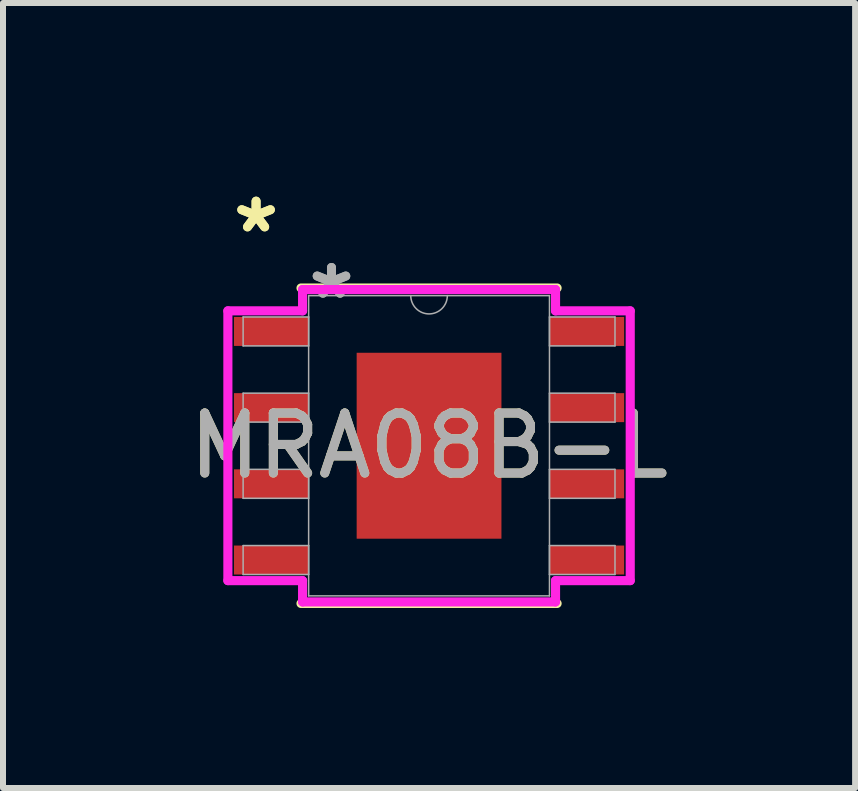
<source format=kicad_pcb>
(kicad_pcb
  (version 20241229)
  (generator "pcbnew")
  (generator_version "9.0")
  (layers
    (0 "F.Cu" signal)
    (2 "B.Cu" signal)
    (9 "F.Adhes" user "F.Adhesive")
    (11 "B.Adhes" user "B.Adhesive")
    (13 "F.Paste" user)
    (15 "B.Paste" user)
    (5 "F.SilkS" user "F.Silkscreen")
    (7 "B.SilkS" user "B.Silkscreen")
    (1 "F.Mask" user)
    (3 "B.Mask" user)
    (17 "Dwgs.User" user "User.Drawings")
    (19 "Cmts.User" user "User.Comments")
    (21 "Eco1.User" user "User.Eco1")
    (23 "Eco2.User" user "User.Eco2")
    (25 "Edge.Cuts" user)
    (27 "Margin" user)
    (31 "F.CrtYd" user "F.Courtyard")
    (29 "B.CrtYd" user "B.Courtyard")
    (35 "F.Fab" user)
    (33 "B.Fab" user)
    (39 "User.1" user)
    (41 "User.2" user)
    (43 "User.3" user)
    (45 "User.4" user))
  (footprint "MRA08B-L"
    (layer "F.Cu")
    (at 4.101 4.379)
    (property "Reference" "MRA08B-L" (at 0 0 0) (unlocked yes) (layer "F.SilkS") (effects (font (size 1 1) (thickness 0.15))))
    (attr smd)
    (fp_line (start -2.134 2.629) (end 2.134 2.629) (stroke (width 0.152) (type solid)) (layer "F.SilkS"))
    (fp_line (start 2.134 -2.629) (end -2.134 -2.629) (stroke (width 0.152) (type solid)) (layer "F.SilkS"))
    (fp_poly (pts (xy -1.107 -1.449) (xy -1.107 -0.1) (xy 1.107 -0.1) (xy 1.107 -1.449)) (stroke (width 0) (type solid)) (fill yes) (layer "F.Paste"))
    (fp_poly (pts (xy -1.107 0.1) (xy -1.107 1.449) (xy 1.107 1.449) (xy 1.107 0.1)) (stroke (width 0) (type solid)) (fill yes) (layer "F.Paste"))
    (fp_line (start -3.353 -2.248) (end -2.108 -2.248) (stroke (width 0.152) (type solid)) (layer "F.CrtYd"))
    (fp_line (start -3.353 2.248) (end -3.353 -2.248) (stroke (width 0.152) (type solid)) (layer "F.CrtYd"))
    (fp_line (start -3.353 2.248) (end -2.108 2.248) (stroke (width 0.152) (type solid)) (layer "F.CrtYd"))
    (fp_line (start -2.108 -2.603) (end 2.108 -2.603) (stroke (width 0.152) (type solid)) (layer "F.CrtYd"))
    (fp_line (start -2.108 -2.248) (end -2.108 -2.603) (stroke (width 0.152) (type solid)) (layer "F.CrtYd"))
    (fp_line (start -2.108 2.603) (end -2.108 2.248) (stroke (width 0.152) (type solid)) (layer "F.CrtYd"))
    (fp_line (start 2.108 -2.603) (end 2.108 -2.248) (stroke (width 0.152) (type solid)) (layer "F.CrtYd"))
    (fp_line (start 2.108 2.248) (end 2.108 2.603) (stroke (width 0.152) (type solid)) (layer "F.CrtYd"))
    (fp_line (start 2.108 2.603) (end -2.108 2.603) (stroke (width 0.152) (type solid)) (layer "F.CrtYd"))
    (fp_line (start 3.353 -2.248) (end 2.108 -2.248) (stroke (width 0.152) (type solid)) (layer "F.CrtYd"))
    (fp_line (start 3.353 -2.248) (end 3.353 2.248) (stroke (width 0.152) (type solid)) (layer "F.CrtYd"))
    (fp_line (start 3.353 2.248) (end 2.108 2.248) (stroke (width 0.152) (type solid)) (layer "F.CrtYd"))
    (fp_line (start -3.099 -2.146) (end -3.099 -1.664) (stroke (width 0.025) (type solid)) (layer "F.Fab"))
    (fp_line (start -3.099 -1.664) (end -2.007 -1.664) (stroke (width 0.025) (type solid)) (layer "F.Fab"))
    (fp_line (start -3.099 -0.876) (end -3.099 -0.394) (stroke (width 0.025) (type solid)) (layer "F.Fab"))
    (fp_line (start -3.099 -0.394) (end -2.007 -0.394) (stroke (width 0.025) (type solid)) (layer "F.Fab"))
    (fp_line (start -3.099 0.394) (end -3.099 0.876) (stroke (width 0.025) (type solid)) (layer "F.Fab"))
    (fp_line (start -3.099 0.876) (end -2.007 0.876) (stroke (width 0.025) (type solid)) (layer "F.Fab"))
    (fp_line (start -3.099 1.664) (end -3.099 2.146) (stroke (width 0.025) (type solid)) (layer "F.Fab"))
    (fp_line (start -3.099 2.146) (end -2.007 2.146) (stroke (width 0.025) (type solid)) (layer "F.Fab"))
    (fp_line (start -2.007 -2.502) (end -2.007 2.502) (stroke (width 0.025) (type solid)) (layer "F.Fab"))
    (fp_line (start -2.007 -2.146) (end -3.099 -2.146) (stroke (width 0.025) (type solid)) (layer "F.Fab"))
    (fp_line (start -2.007 -1.664) (end -2.007 -2.146) (stroke (width 0.025) (type solid)) (layer "F.Fab"))
    (fp_line (start -2.007 -0.876) (end -3.099 -0.876) (stroke (width 0.025) (type solid)) (layer "F.Fab"))
    (fp_line (start -2.007 -0.394) (end -2.007 -0.876) (stroke (width 0.025) (type solid)) (layer "F.Fab"))
    (fp_line (start -2.007 0.394) (end -3.099 0.394) (stroke (width 0.025) (type solid)) (layer "F.Fab"))
    (fp_line (start -2.007 0.876) (end -2.007 0.394) (stroke (width 0.025) (type solid)) (layer "F.Fab"))
    (fp_line (start -2.007 1.664) (end -3.099 1.664) (stroke (width 0.025) (type solid)) (layer "F.Fab"))
    (fp_line (start -2.007 2.146) (end -2.007 1.664) (stroke (width 0.025) (type solid)) (layer "F.Fab"))
    (fp_line (start -2.007 2.502) (end 2.007 2.502) (stroke (width 0.025) (type solid)) (layer "F.Fab"))
    (fp_line (start 2.007 -2.502) (end -2.007 -2.502) (stroke (width 0.025) (type solid)) (layer "F.Fab"))
    (fp_line (start 2.007 -2.146) (end 2.007 -1.664) (stroke (width 0.025) (type solid)) (layer "F.Fab"))
    (fp_line (start 2.007 -1.664) (end 3.099 -1.664) (stroke (width 0.025) (type solid)) (layer "F.Fab"))
    (fp_line (start 2.007 -0.876) (end 2.007 -0.394) (stroke (width 0.025) (type solid)) (layer "F.Fab"))
    (fp_line (start 2.007 -0.394) (end 3.099 -0.394) (stroke (width 0.025) (type solid)) (layer "F.Fab"))
    (fp_line (start 2.007 0.394) (end 2.007 0.876) (stroke (width 0.025) (type solid)) (layer "F.Fab"))
    (fp_line (start 2.007 0.876) (end 3.099 0.876) (stroke (width 0.025) (type solid)) (layer "F.Fab"))
    (fp_line (start 2.007 1.664) (end 2.007 2.146) (stroke (width 0.025) (type solid)) (layer "F.Fab"))
    (fp_line (start 2.007 2.146) (end 3.099 2.146) (stroke (width 0.025) (type solid)) (layer "F.Fab"))
    (fp_line (start 2.007 2.502) (end 2.007 -2.502) (stroke (width 0.025) (type solid)) (layer "F.Fab"))
    (fp_line (start 3.099 -2.146) (end 2.007 -2.146) (stroke (width 0.025) (type solid)) (layer "F.Fab"))
    (fp_line (start 3.099 -1.664) (end 3.099 -2.146) (stroke (width 0.025) (type solid)) (layer "F.Fab"))
    (fp_line (start 3.099 -0.876) (end 2.007 -0.876) (stroke (width 0.025) (type solid)) (layer "F.Fab"))
    (fp_line (start 3.099 -0.394) (end 3.099 -0.876) (stroke (width 0.025) (type solid)) (layer "F.Fab"))
    (fp_line (start 3.099 0.394) (end 2.007 0.394) (stroke (width 0.025) (type solid)) (layer "F.Fab"))
    (fp_line (start 3.099 0.876) (end 3.099 0.394) (stroke (width 0.025) (type solid)) (layer "F.Fab"))
    (fp_line (start 3.099 1.664) (end 2.007 1.664) (stroke (width 0.025) (type solid)) (layer "F.Fab"))
    (fp_line (start 3.099 2.146) (end 3.099 1.664) (stroke (width 0.025) (type solid)) (layer "F.Fab"))
    (fp_arc (start 0.3048 -2.5019) (mid 0 -2.1971) (end -0.3048 -2.5019) (stroke (width 0.0254) (type solid)) (layer "F.Fab"))
    (fp_text user "*" (at -2.883 -3.531 0) (unlocked yes) (layer "F.SilkS") (effects (font (size 1 1) (thickness 0.15))))
    (fp_text user "*" (at -2.883 -3.531 0) (layer "F.SilkS") (effects (font (size 1 1) (thickness 0.15))))
    (fp_text user "${REFERENCE}" (at 0 0 0) (unlocked yes) (layer "F.Fab") (effects (font (size 1 1) (thickness 0.15))))
    (fp_text user "*" (at -1.626 -2.426 0) (layer "F.Fab") (effects (font (size 1 1) (thickness 0.15))))
    (fp_text user "*" (at -1.626 -2.426 0) (unlocked yes) (layer "F.Fab") (effects (font (size 1 1) (thickness 0.15))))
    (pad "1" smd rect (at -2.629 -1.905) (size 1.245 0.483) (layers "F.Cu" "F.Mask" "F.Paste"))
    (pad "2" smd rect (at -2.629 -0.635) (size 1.245 0.483) (layers "F.Cu" "F.Mask" "F.Paste"))
    (pad "3" smd rect (at -2.629 0.635) (size 1.245 0.483) (layers "F.Cu" "F.Mask" "F.Paste"))
    (pad "4" smd rect (at -2.629 1.905) (size 1.245 0.483) (layers "F.Cu" "F.Mask" "F.Paste"))
    (pad "5" smd rect (at 2.629 1.905) (size 1.245 0.483) (layers "F.Cu" "F.Mask" "F.Paste"))
    (pad "6" smd rect (at 2.629 0.635) (size 1.245 0.483) (layers "F.Cu" "F.Mask" "F.Paste"))
    (pad "7" smd rect (at 2.629 -0.635) (size 1.245 0.483) (layers "F.Cu" "F.Mask" "F.Paste"))
    (pad "8" smd rect (at 2.629 -1.905) (size 1.245 0.483) (layers "F.Cu" "F.Mask" "F.Paste"))
    (pad "EPAD" smd rect (at 0 0) (size 2.413 3.099) (layers "F.Cu" "F.Mask")))
  (gr_rect
    (start -3 -3)
    (end 11.202 10.084)
    (stroke (width 0.1) (type default))
    (fill no)
    (layer "Edge.Cuts")))
</source>
